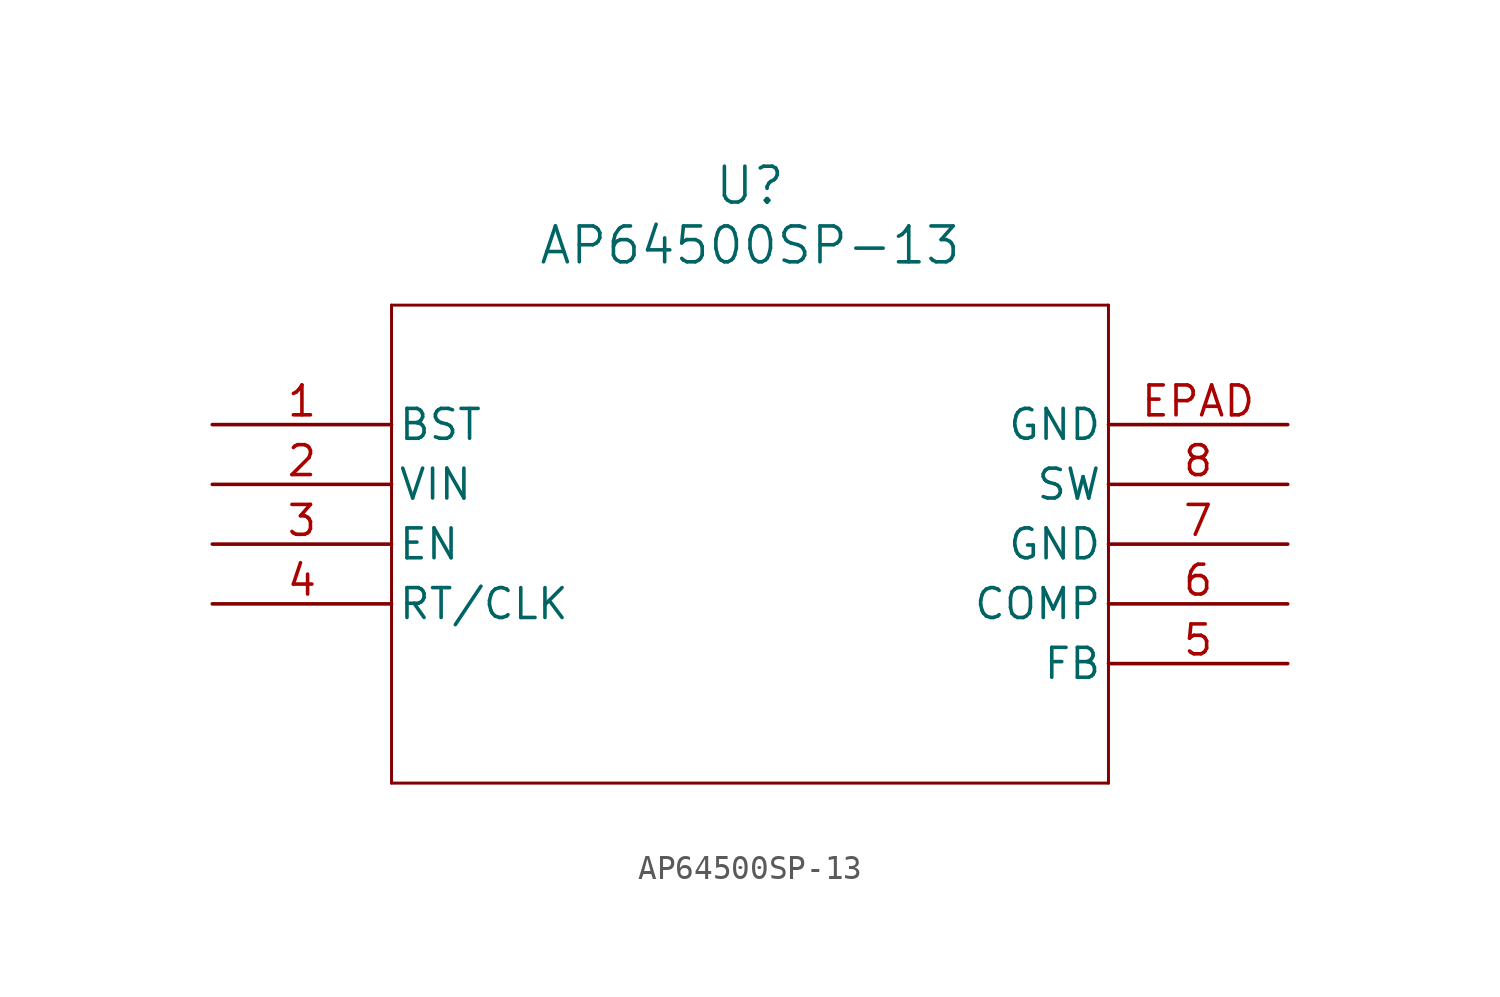
<source format=kicad_sym>
(kicad_symbol_lib
  (version 20220914)
  (generator kicad_symbol_editor)
  (symbol "AP64500SP-13"
    (pin_names
      (offset 0.254))
    (property "Reference" "U"
      (at 22.86 10.16 0)
      (effects (font (size 1.524 1.524))))
    (property "Value" "AP64500SP-13"
      (at 22.86 7.62 0)
      (effects (font (size 1.524 1.524))))
    (symbol "AP64500SP-13_0_1"
      (polyline (pts (xy 7.62 -15.24) (xy 38.1 -15.24)) (stroke (width 0.127) (type default)) (fill (type none)))
      (polyline (pts (xy 7.62 5.08) (xy 7.62 -15.24)) (stroke (width 0.127) (type default)) (fill (type none)))
      (polyline (pts (xy 38.1 -15.24) (xy 38.1 5.08)) (stroke (width 0.127) (type default)) (fill (type none)))
      (polyline (pts (xy 38.1 5.08) (xy 7.62 5.08)) (stroke (width 0.127) (type default)) (fill (type none)))
      (pin power_in line (at 0 0 0) (length 7.62) (name "BST" (effects (font (size 1.27 1.27)))) (number "1" (effects (font (size 1.27 1.27)))))
      (pin power_in line (at 0 -2.54 0) (length 7.62) (name "VIN" (effects (font (size 1.27 1.27)))) (number "2" (effects (font (size 1.27 1.27)))))
      (pin input line (at 0 -5.08 0) (length 7.62) (name "EN" (effects (font (size 1.27 1.27)))) (number "3" (effects (font (size 1.27 1.27)))))
      (pin unspecified line (at 0 -7.62 0) (length 7.62) (name "RT/CLK" (effects (font (size 1.27 1.27)))) (number "4" (effects (font (size 1.27 1.27)))))
      (pin unspecified line (at 45.72 -10.16 180) (length 7.62) (name "FB" (effects (font (size 1.27 1.27)))) (number "5" (effects (font (size 1.27 1.27)))))
      (pin unspecified line (at 45.72 -7.62 180) (length 7.62) (name "COMP" (effects (font (size 1.27 1.27)))) (number "6" (effects (font (size 1.27 1.27)))))
      (pin power_out line (at 45.72 -5.08 180) (length 7.62) (name "GND" (effects (font (size 1.27 1.27)))) (number "7" (effects (font (size 1.27 1.27)))))
      (pin output line (at 45.72 -2.54 180) (length 7.62) (name "SW" (effects (font (size 1.27 1.27)))) (number "8" (effects (font (size 1.27 1.27)))))
      (pin power_out line (at 45.72 0 180) (length 7.62) (name "GND" (effects (font (size 1.27 1.27)))) (number "EPAD" (effects (font (size 1.27 1.27))))))))
</source>
